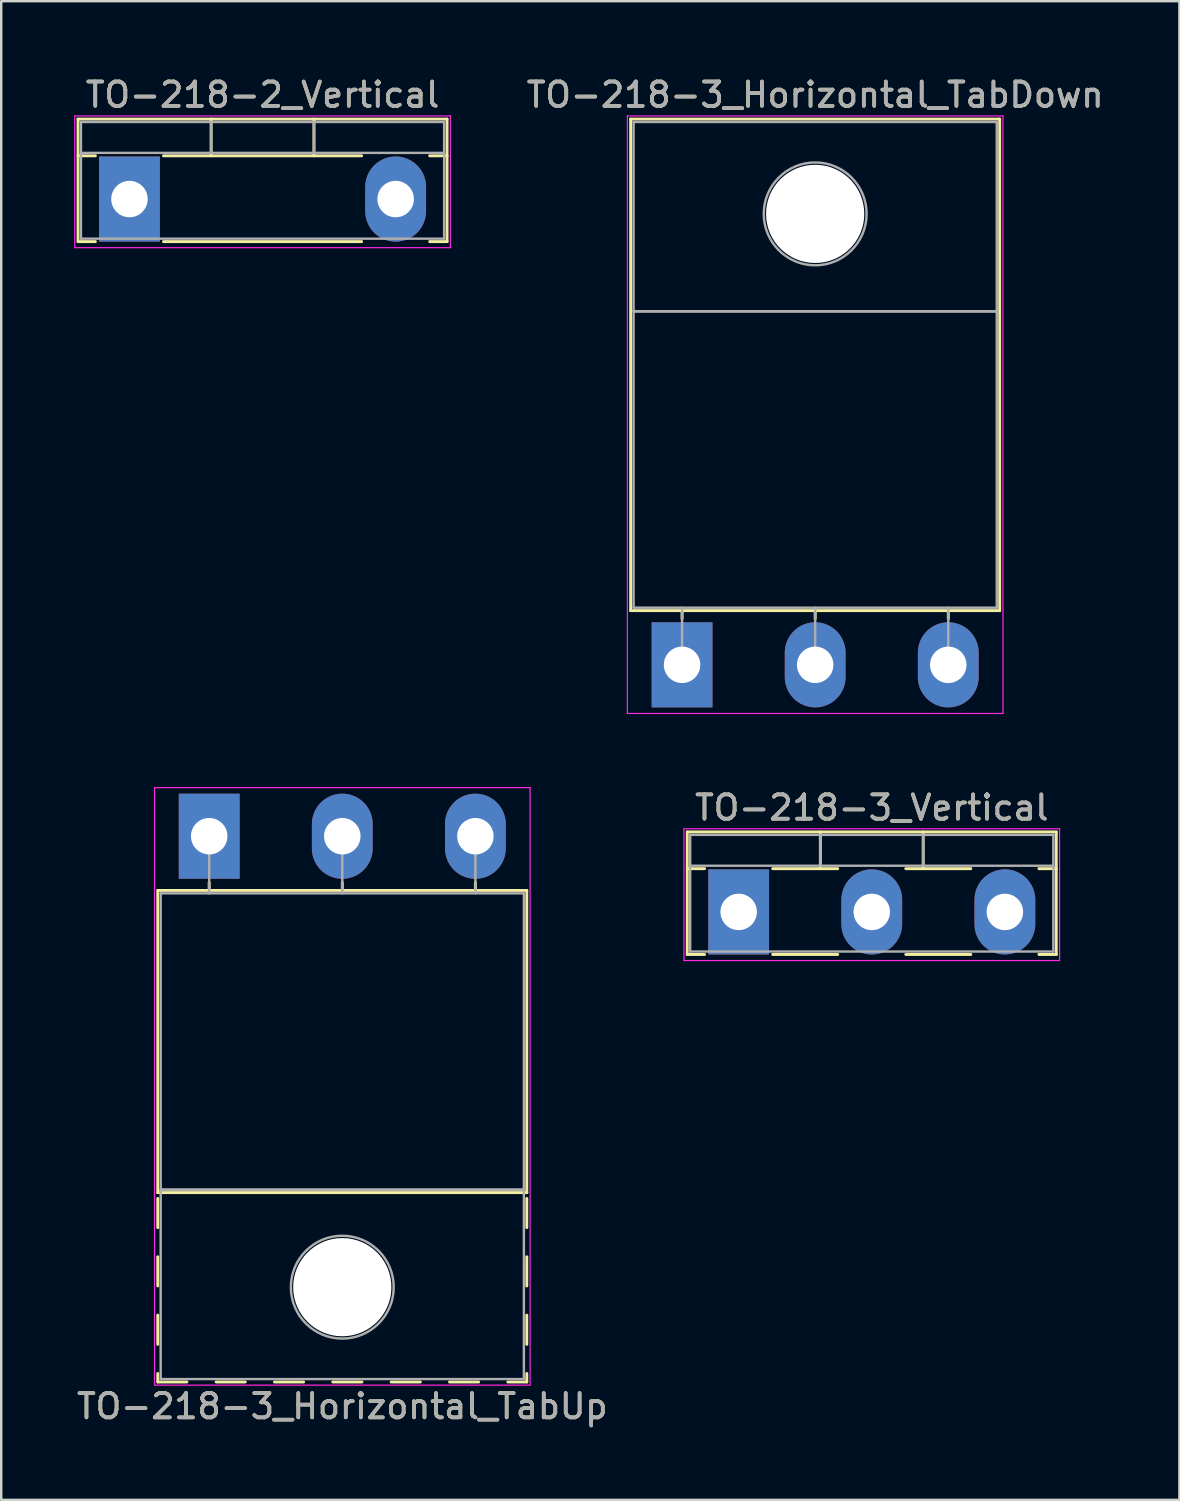
<source format=kicad_pcb>
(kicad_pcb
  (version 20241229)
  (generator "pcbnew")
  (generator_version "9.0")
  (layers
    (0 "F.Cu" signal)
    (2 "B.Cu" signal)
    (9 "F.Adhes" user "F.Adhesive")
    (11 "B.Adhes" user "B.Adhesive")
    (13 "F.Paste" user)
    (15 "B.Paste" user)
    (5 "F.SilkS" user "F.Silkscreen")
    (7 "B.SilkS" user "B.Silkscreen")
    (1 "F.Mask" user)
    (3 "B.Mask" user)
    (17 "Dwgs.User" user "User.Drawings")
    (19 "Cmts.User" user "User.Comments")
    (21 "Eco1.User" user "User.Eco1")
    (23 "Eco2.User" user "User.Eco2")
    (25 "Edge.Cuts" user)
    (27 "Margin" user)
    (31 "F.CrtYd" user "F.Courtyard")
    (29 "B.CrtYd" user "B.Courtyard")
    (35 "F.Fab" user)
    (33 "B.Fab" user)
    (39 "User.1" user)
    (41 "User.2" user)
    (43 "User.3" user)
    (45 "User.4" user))
  (footprint "TO-218-3_Vertical"
    (layer "F.Cu")
    (at 27.335 34.462)
    (property "Reference" "TO-218-3_Vertical" (at 5.475 -4.29 0) (layer "F.SilkS") (effects (font (size 1 1) (thickness 0.15))))
    (attr through_hole)
    (fp_line (start -2.115 -3.29) (end -2.115 1.75) (stroke (width 0.12) (type solid)) (layer "F.SilkS"))
    (fp_line (start -2.115 -3.29) (end 13.065 -3.29) (stroke (width 0.12) (type solid)) (layer "F.SilkS"))
    (fp_line (start -2.115 -1.78) (end -1.4 -1.78) (stroke (width 0.12) (type solid)) (layer "F.SilkS"))
    (fp_line (start -2.115 1.75) (end -1.4 1.75) (stroke (width 0.12) (type solid)) (layer "F.SilkS"))
    (fp_line (start 1.4 -1.78) (end 4.075 -1.78) (stroke (width 0.12) (type solid)) (layer "F.SilkS"))
    (fp_line (start 1.4 1.75) (end 4.075 1.75) (stroke (width 0.12) (type solid)) (layer "F.SilkS"))
    (fp_line (start 3.36 -3.29) (end 3.36 -1.78) (stroke (width 0.12) (type solid)) (layer "F.SilkS"))
    (fp_line (start 6.875 -1.78) (end 9.55 -1.78) (stroke (width 0.12) (type solid)) (layer "F.SilkS"))
    (fp_line (start 6.875 1.75) (end 9.55 1.75) (stroke (width 0.12) (type solid)) (layer "F.SilkS"))
    (fp_line (start 7.59 -3.29) (end 7.59 -1.78) (stroke (width 0.12) (type solid)) (layer "F.SilkS"))
    (fp_line (start 12.35 -1.78) (end 13.065 -1.78) (stroke (width 0.12) (type solid)) (layer "F.SilkS"))
    (fp_line (start 12.35 1.75) (end 13.065 1.75) (stroke (width 0.12) (type solid)) (layer "F.SilkS"))
    (fp_line (start 13.065 -3.29) (end 13.065 1.75) (stroke (width 0.12) (type solid)) (layer "F.SilkS"))
    (fp_line (start -2.25 -3.42) (end -2.25 2) (stroke (width 0.05) (type solid)) (layer "F.CrtYd"))
    (fp_line (start -2.25 2) (end 13.2 2) (stroke (width 0.05) (type solid)) (layer "F.CrtYd"))
    (fp_line (start 13.2 -3.42) (end -2.25 -3.42) (stroke (width 0.05) (type solid)) (layer "F.CrtYd"))
    (fp_line (start 13.2 2) (end 13.2 -3.42) (stroke (width 0.05) (type solid)) (layer "F.CrtYd"))
    (fp_line (start -1.995 -3.17) (end -1.995 1.63) (stroke (width 0.1) (type solid)) (layer "F.Fab"))
    (fp_line (start -1.995 -1.9) (end 12.945 -1.9) (stroke (width 0.1) (type solid)) (layer "F.Fab"))
    (fp_line (start -1.995 1.63) (end 12.945 1.63) (stroke (width 0.1) (type solid)) (layer "F.Fab"))
    (fp_line (start 3.36 -3.17) (end 3.36 -1.9) (stroke (width 0.1) (type solid)) (layer "F.Fab"))
    (fp_line (start 7.59 -3.17) (end 7.59 -1.9) (stroke (width 0.1) (type solid)) (layer "F.Fab"))
    (fp_line (start 12.945 -3.17) (end -1.995 -3.17) (stroke (width 0.1) (type solid)) (layer "F.Fab"))
    (fp_line (start 12.945 1.63) (end 12.945 -3.17) (stroke (width 0.1) (type solid)) (layer "F.Fab"))
    (fp_text user "${REFERENCE}" (at 5.475 -4.29 0) (layer "F.Fab") (effects (font (size 1 1) (thickness 0.15))))
    (pad "1" thru_hole rect (at 0 0) (size 2.5 3.5) (drill 1.5) (layers "*.Cu" "*.Mask"))
    (pad "2" thru_hole oval (at 5.475 0) (size 2.5 3.5) (drill 1.5) (layers "*.Cu" "*.Mask"))
    (pad "3" thru_hole oval (at 10.95 0) (size 2.5 3.5) (drill 1.5) (layers "*.Cu" "*.Mask")))
  (footprint "TO-218-3_Horizontal_TabUp"
    (layer "F.Cu")
    (at 5.555 31.348)
    (property "Reference" "TO-218-3_Horizontal_TabUp" (at 5.475 23.45 0) (layer "F.SilkS") (effects (font (size 1 1) (thickness 0.15))))
    (attr through_hole)
    (fp_line (start -2.115 2.23) (end -2.115 14.66) (stroke (width 0.12) (type solid)) (layer "F.SilkS"))
    (fp_line (start -2.115 2.23) (end 13.065 2.23) (stroke (width 0.12) (type solid)) (layer "F.SilkS"))
    (fp_line (start -2.115 14.66) (end 13.065 14.66) (stroke (width 0.12) (type solid)) (layer "F.SilkS"))
    (fp_line (start -2.115 14.9) (end -2.115 16.101) (stroke (width 0.12) (type solid)) (layer "F.SilkS"))
    (fp_line (start -2.115 17.3) (end -2.115 18.5) (stroke (width 0.12) (type solid)) (layer "F.SilkS"))
    (fp_line (start -2.115 19.7) (end -2.115 20.9) (stroke (width 0.12) (type solid)) (layer "F.SilkS"))
    (fp_line (start -2.115 22.1) (end -2.115 22.45) (stroke (width 0.12) (type solid)) (layer "F.SilkS"))
    (fp_line (start -2.115 22.45) (end -0.916 22.45) (stroke (width 0.12) (type solid)) (layer "F.SilkS"))
    (fp_line (start 0 1.9) (end 0 2.23) (stroke (width 0.12) (type solid)) (layer "F.SilkS"))
    (fp_line (start 0.285 22.45) (end 1.485 22.45) (stroke (width 0.12) (type solid)) (layer "F.SilkS"))
    (fp_line (start 2.685 22.45) (end 3.885 22.45) (stroke (width 0.12) (type solid)) (layer "F.SilkS"))
    (fp_line (start 5.085 22.45) (end 6.285 22.45) (stroke (width 0.12) (type solid)) (layer "F.SilkS"))
    (fp_line (start 5.475 1.9) (end 5.475 2.23) (stroke (width 0.12) (type solid)) (layer "F.SilkS"))
    (fp_line (start 7.485 22.45) (end 8.685 22.45) (stroke (width 0.12) (type solid)) (layer "F.SilkS"))
    (fp_line (start 9.885 22.45) (end 11.085 22.45) (stroke (width 0.12) (type solid)) (layer "F.SilkS"))
    (fp_line (start 10.95 1.9) (end 10.95 2.23) (stroke (width 0.12) (type solid)) (layer "F.SilkS"))
    (fp_line (start 12.285 22.45) (end 13.065 22.45) (stroke (width 0.12) (type solid)) (layer "F.SilkS"))
    (fp_line (start 13.065 2.23) (end 13.065 14.66) (stroke (width 0.12) (type solid)) (layer "F.SilkS"))
    (fp_line (start 13.065 14.9) (end 13.065 16.101) (stroke (width 0.12) (type solid)) (layer "F.SilkS"))
    (fp_line (start 13.065 17.3) (end 13.065 18.5) (stroke (width 0.12) (type solid)) (layer "F.SilkS"))
    (fp_line (start 13.065 19.7) (end 13.065 20.9) (stroke (width 0.12) (type solid)) (layer "F.SilkS"))
    (fp_line (start 13.065 22.1) (end 13.065 22.45) (stroke (width 0.12) (type solid)) (layer "F.SilkS"))
    (fp_line (start -2.25 -2) (end -2.25 22.58) (stroke (width 0.05) (type solid)) (layer "F.CrtYd"))
    (fp_line (start -2.25 22.58) (end 13.2 22.58) (stroke (width 0.05) (type solid)) (layer "F.CrtYd"))
    (fp_line (start 13.2 -2) (end -2.25 -2) (stroke (width 0.05) (type solid)) (layer "F.CrtYd"))
    (fp_line (start 13.2 22.58) (end 13.2 -2) (stroke (width 0.05) (type solid)) (layer "F.CrtYd"))
    (fp_line (start -1.995 2.35) (end -1.995 14.54) (stroke (width 0.1) (type solid)) (layer "F.Fab"))
    (fp_line (start -1.995 14.54) (end -1.995 22.33) (stroke (width 0.1) (type solid)) (layer "F.Fab"))
    (fp_line (start -1.995 14.54) (end 12.945 14.54) (stroke (width 0.1) (type solid)) (layer "F.Fab"))
    (fp_line (start -1.995 22.33) (end 12.945 22.33) (stroke (width 0.1) (type solid)) (layer "F.Fab"))
    (fp_line (start 0 2.35) (end 0 0) (stroke (width 0.1) (type solid)) (layer "F.Fab"))
    (fp_line (start 5.475 2.35) (end 5.475 0) (stroke (width 0.1) (type solid)) (layer "F.Fab"))
    (fp_line (start 10.95 2.35) (end 10.95 0) (stroke (width 0.1) (type solid)) (layer "F.Fab"))
    (fp_line (start 12.945 2.35) (end -1.995 2.35) (stroke (width 0.1) (type solid)) (layer "F.Fab"))
    (fp_line (start 12.945 14.54) (end -1.995 14.54) (stroke (width 0.1) (type solid)) (layer "F.Fab"))
    (fp_line (start 12.945 14.54) (end 12.945 2.35) (stroke (width 0.1) (type solid)) (layer "F.Fab"))
    (fp_line (start 12.945 22.33) (end 12.945 14.54) (stroke (width 0.1) (type solid)) (layer "F.Fab"))
    (fp_circle (center 5.475 18.55) (end 7.59 18.55) (stroke (width 0.1) (type solid)) (fill no) (layer "F.Fab"))
    (fp_text user "${REFERENCE}" (at 5.475 23.45 0) (layer "F.Fab") (effects (font (size 1 1) (thickness 0.15))))
    (pad "" np_thru_hole oval (at 5.475 18.55) (size 4.04 4.04) (drill 4.04) (layers "*.Cu" "*.Mask"))
    (pad "1" thru_hole rect (at 0 0) (size 2.5 3.5) (drill 1.5) (layers "*.Cu" "*.Mask"))
    (pad "2" thru_hole oval (at 5.475 0) (size 2.5 3.5) (drill 1.5) (layers "*.Cu" "*.Mask"))
    (pad "3" thru_hole oval (at 10.95 0) (size 2.5 3.5) (drill 1.5) (layers "*.Cu" "*.Mask")))
  (footprint "TO-218-3_Horizontal_TabDown"
    (layer "F.Cu")
    (at 25.007 24.298)
    (property "Reference" "TO-218-3_Horizontal_TabDown" (at 5.475 -23.45 0) (layer "F.SilkS") (effects (font (size 1 1) (thickness 0.15))))
    (attr through_hole)
    (fp_line (start -2.115 -22.45) (end -2.115 -2.23) (stroke (width 0.12) (type solid)) (layer "F.SilkS"))
    (fp_line (start -2.115 -22.45) (end 13.065 -22.45) (stroke (width 0.12) (type solid)) (layer "F.SilkS"))
    (fp_line (start -2.115 -2.23) (end 13.065 -2.23) (stroke (width 0.12) (type solid)) (layer "F.SilkS"))
    (fp_line (start 0 -2.23) (end 0 -1.9) (stroke (width 0.12) (type solid)) (layer "F.SilkS"))
    (fp_line (start 5.475 -2.23) (end 5.475 -1.9) (stroke (width 0.12) (type solid)) (layer "F.SilkS"))
    (fp_line (start 10.95 -2.23) (end 10.95 -1.9) (stroke (width 0.12) (type solid)) (layer "F.SilkS"))
    (fp_line (start 13.065 -22.45) (end 13.065 -2.23) (stroke (width 0.12) (type solid)) (layer "F.SilkS"))
    (fp_line (start -2.25 -22.58) (end -2.25 2) (stroke (width 0.05) (type solid)) (layer "F.CrtYd"))
    (fp_line (start -2.25 2) (end 13.2 2) (stroke (width 0.05) (type solid)) (layer "F.CrtYd"))
    (fp_line (start 13.2 -22.58) (end -2.25 -22.58) (stroke (width 0.05) (type solid)) (layer "F.CrtYd"))
    (fp_line (start 13.2 2) (end 13.2 -22.58) (stroke (width 0.05) (type solid)) (layer "F.CrtYd"))
    (fp_line (start -1.995 -22.33) (end 12.945 -22.33) (stroke (width 0.1) (type solid)) (layer "F.Fab"))
    (fp_line (start -1.995 -14.54) (end -1.995 -22.33) (stroke (width 0.1) (type solid)) (layer "F.Fab"))
    (fp_line (start -1.995 -14.54) (end 12.945 -14.54) (stroke (width 0.1) (type solid)) (layer "F.Fab"))
    (fp_line (start -1.995 -2.35) (end -1.995 -14.54) (stroke (width 0.1) (type solid)) (layer "F.Fab"))
    (fp_line (start 0 -2.35) (end 0 0) (stroke (width 0.1) (type solid)) (layer "F.Fab"))
    (fp_line (start 5.475 -2.35) (end 5.475 0) (stroke (width 0.1) (type solid)) (layer "F.Fab"))
    (fp_line (start 10.95 -2.35) (end 10.95 0) (stroke (width 0.1) (type solid)) (layer "F.Fab"))
    (fp_line (start 12.945 -22.33) (end 12.945 -14.54) (stroke (width 0.1) (type solid)) (layer "F.Fab"))
    (fp_line (start 12.945 -14.54) (end -1.995 -14.54) (stroke (width 0.1) (type solid)) (layer "F.Fab"))
    (fp_line (start 12.945 -14.54) (end 12.945 -2.35) (stroke (width 0.1) (type solid)) (layer "F.Fab"))
    (fp_line (start 12.945 -2.35) (end -1.995 -2.35) (stroke (width 0.1) (type solid)) (layer "F.Fab"))
    (fp_circle (center 5.475 -18.55) (end 7.59 -18.55) (stroke (width 0.1) (type solid)) (fill no) (layer "F.Fab"))
    (fp_text user "${REFERENCE}" (at 5.475 -23.45 0) (layer "F.Fab") (effects (font (size 1 1) (thickness 0.15))))
    (pad "" np_thru_hole oval (at 5.475 -18.55) (size 4.04 4.04) (drill 4.04) (layers "*.Cu" "*.Mask"))
    (pad "1" thru_hole rect (at 0 0) (size 2.5 3.5) (drill 1.5) (layers "*.Cu" "*.Mask"))
    (pad "2" thru_hole oval (at 5.475 0) (size 2.5 3.5) (drill 1.5) (layers "*.Cu" "*.Mask"))
    (pad "3" thru_hole oval (at 10.95 0) (size 2.5 3.5) (drill 1.5) (layers "*.Cu" "*.Mask")))
  (footprint "TO-218-2_Vertical"
    (layer "F.Cu")
    (at 2.275 5.138)
    (property "Reference" "TO-218-2_Vertical" (at 5.475 -4.29 0) (layer "F.SilkS") (effects (font (size 1 1) (thickness 0.15))))
    (attr through_hole)
    (fp_line (start -2.115 -3.29) (end -2.115 1.75) (stroke (width 0.12) (type solid)) (layer "F.SilkS"))
    (fp_line (start -2.115 -3.29) (end 13.065 -3.29) (stroke (width 0.12) (type solid)) (layer "F.SilkS"))
    (fp_line (start -2.115 -1.78) (end -1.4 -1.78) (stroke (width 0.12) (type solid)) (layer "F.SilkS"))
    (fp_line (start -2.115 1.75) (end -1.4 1.75) (stroke (width 0.12) (type solid)) (layer "F.SilkS"))
    (fp_line (start 1.4 -1.78) (end 9.55 -1.78) (stroke (width 0.12) (type solid)) (layer "F.SilkS"))
    (fp_line (start 1.4 1.75) (end 9.55 1.75) (stroke (width 0.12) (type solid)) (layer "F.SilkS"))
    (fp_line (start 3.36 -3.29) (end 3.36 -1.78) (stroke (width 0.12) (type solid)) (layer "F.SilkS"))
    (fp_line (start 7.59 -3.29) (end 7.59 -1.78) (stroke (width 0.12) (type solid)) (layer "F.SilkS"))
    (fp_line (start 12.35 -1.78) (end 13.065 -1.78) (stroke (width 0.12) (type solid)) (layer "F.SilkS"))
    (fp_line (start 12.35 1.75) (end 13.065 1.75) (stroke (width 0.12) (type solid)) (layer "F.SilkS"))
    (fp_line (start 13.065 -3.29) (end 13.065 1.75) (stroke (width 0.12) (type solid)) (layer "F.SilkS"))
    (fp_line (start -2.25 -3.42) (end -2.25 2) (stroke (width 0.05) (type solid)) (layer "F.CrtYd"))
    (fp_line (start -2.25 2) (end 13.2 2) (stroke (width 0.05) (type solid)) (layer "F.CrtYd"))
    (fp_line (start 13.2 -3.42) (end -2.25 -3.42) (stroke (width 0.05) (type solid)) (layer "F.CrtYd"))
    (fp_line (start 13.2 2) (end 13.2 -3.42) (stroke (width 0.05) (type solid)) (layer "F.CrtYd"))
    (fp_line (start -1.995 -3.17) (end -1.995 1.63) (stroke (width 0.1) (type solid)) (layer "F.Fab"))
    (fp_line (start -1.995 -1.9) (end 12.945 -1.9) (stroke (width 0.1) (type solid)) (layer "F.Fab"))
    (fp_line (start -1.995 1.63) (end 12.945 1.63) (stroke (width 0.1) (type solid)) (layer "F.Fab"))
    (fp_line (start 3.36 -3.17) (end 3.36 -1.9) (stroke (width 0.1) (type solid)) (layer "F.Fab"))
    (fp_line (start 7.59 -3.17) (end 7.59 -1.9) (stroke (width 0.1) (type solid)) (layer "F.Fab"))
    (fp_line (start 12.945 -3.17) (end -1.995 -3.17) (stroke (width 0.1) (type solid)) (layer "F.Fab"))
    (fp_line (start 12.945 1.63) (end 12.945 -3.17) (stroke (width 0.1) (type solid)) (layer "F.Fab"))
    (fp_text user "${REFERENCE}" (at 5.475 -4.29 0) (layer "F.Fab") (effects (font (size 1 1) (thickness 0.15))))
    (pad "1" thru_hole rect (at 0 0) (size 2.5 3.5) (drill 1.5) (layers "*.Cu" "*.Mask"))
    (pad "2" thru_hole oval (at 10.95 0) (size 2.5 3.5) (drill 1.5) (layers "*.Cu" "*.Mask")))
  (gr_rect
    (start -3 -3)
    (end 45.464 58.647)
    (stroke (width 0.1) (type default))
    (fill no)
    (layer "Edge.Cuts")))
</source>
